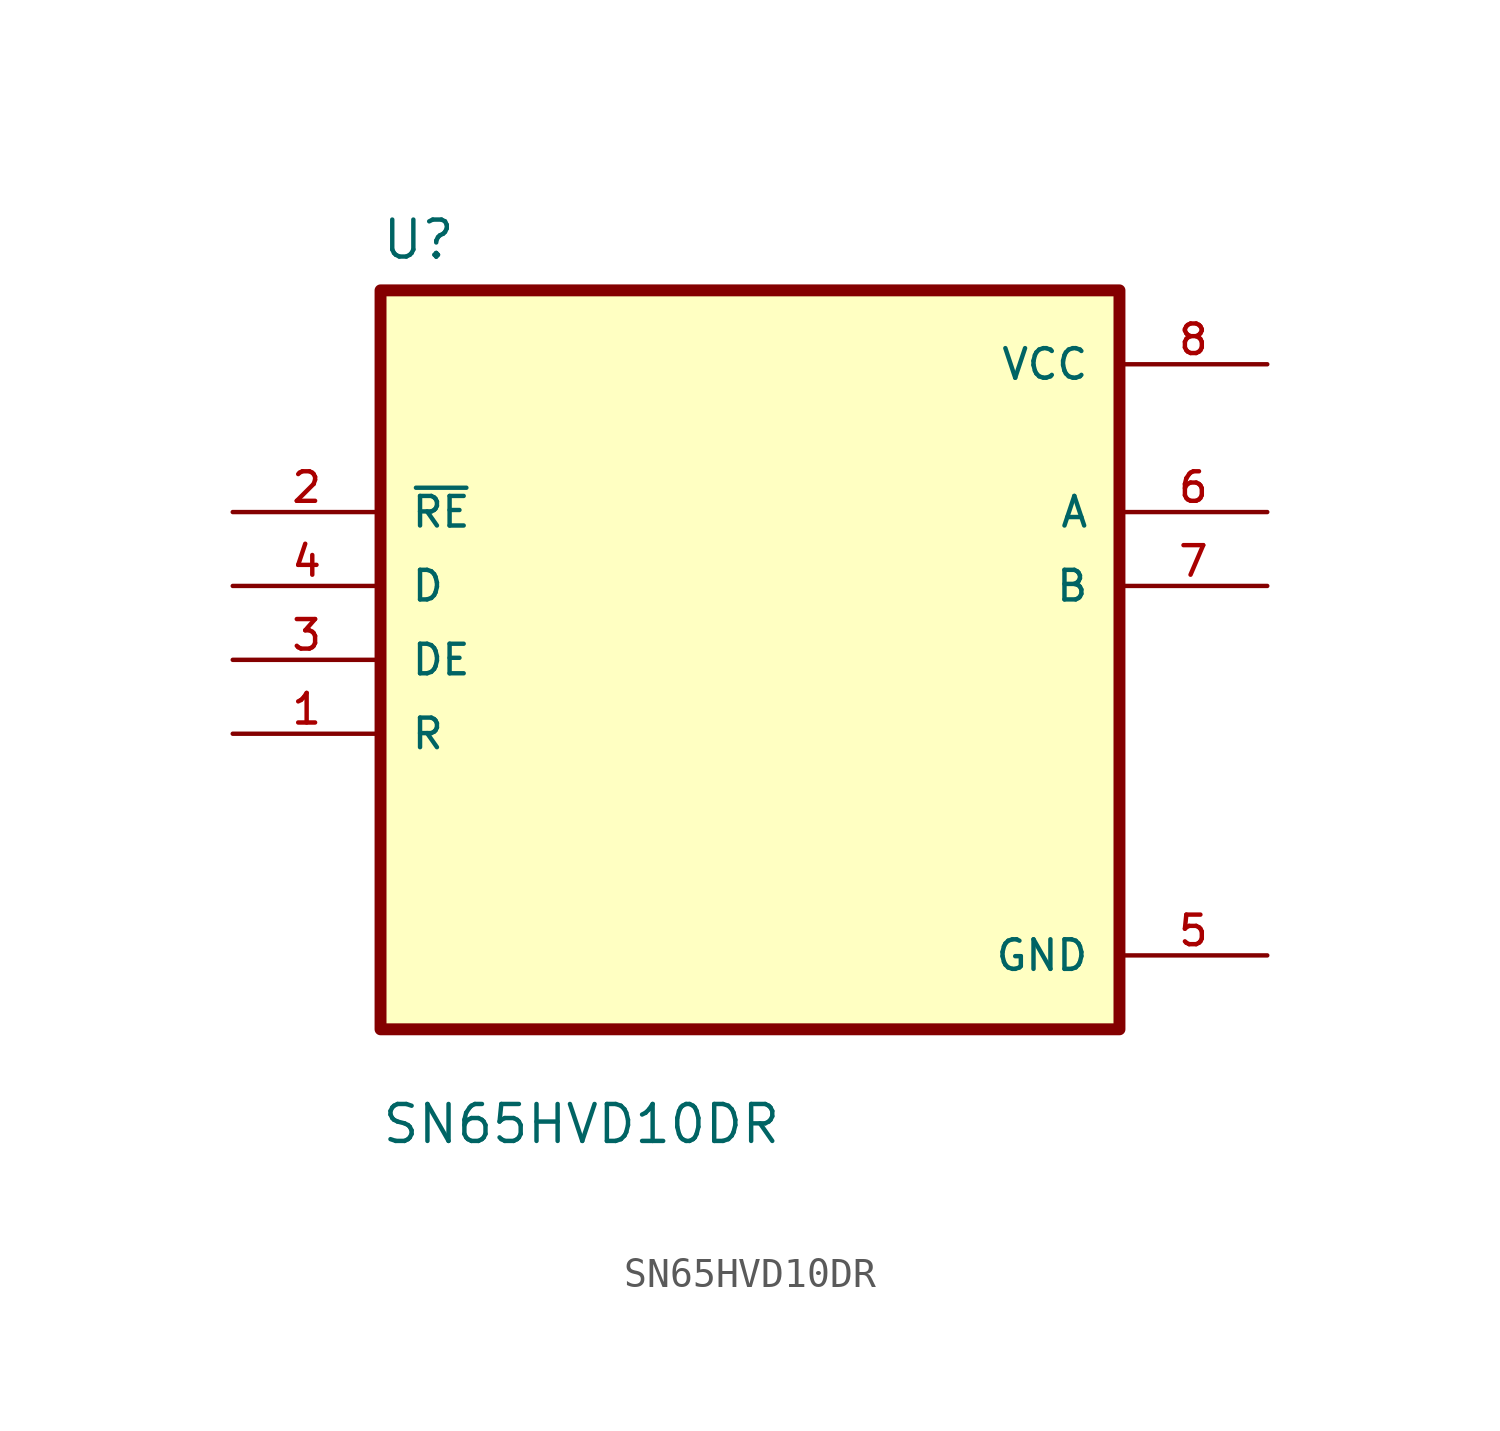
<source format=kicad_sym>
(kicad_symbol_lib
  (version 20211014)
  (generator kicad_symbol_editor)
  (symbol "SN65HVD10DR"
    (pin_names
      (offset 1.016))
    (property "Reference" "U"
      (at -12.7 13.7 0.0)
      (effects (font (size 1.27 1.27)) (justify bottom left)))
    (property "Value" "SN65HVD10DR"
      (at -12.7 -16.7 0.0)
      (effects (font (size 1.27 1.27)) (justify bottom left)))
    (symbol "SN65HVD10DR_0_0"
      (rectangle (start -12.7 -12.7) (end 12.7 12.7) (stroke (width 0.41)) (fill (type background)))
      (pin input line (at -17.78 5.08 0) (length 5.08) (name "~{RE}" (effects (font (size 1.016 1.016)))) (number "2" (effects (font (size 1.016 1.016)))))
      (pin input line (at -17.78 2.54 0) (length 5.08) (name "D" (effects (font (size 1.016 1.016)))) (number "4" (effects (font (size 1.016 1.016)))))
      (pin input line (at -17.78 -8.88178e-16 0) (length 5.08) (name "DE" (effects (font (size 1.016 1.016)))) (number "3" (effects (font (size 1.016 1.016)))))
      (pin input line (at -17.78 -2.54 0) (length 5.08) (name "R" (effects (font (size 1.016 1.016)))) (number "1" (effects (font (size 1.016 1.016)))))
      (pin power_in line (at 17.78 10.16 180.0) (length 5.08) (name "VCC" (effects (font (size 1.016 1.016)))) (number "8" (effects (font (size 1.016 1.016)))))
      (pin output line (at 17.78 5.08 180.0) (length 5.08) (name "A" (effects (font (size 1.016 1.016)))) (number "6" (effects (font (size 1.016 1.016)))))
      (pin output line (at 17.78 2.54 180.0) (length 5.08) (name "B" (effects (font (size 1.016 1.016)))) (number "7" (effects (font (size 1.016 1.016)))))
      (pin power_in line (at 17.78 -10.16 180.0) (length 5.08) (name "GND" (effects (font (size 1.016 1.016)))) (number "5" (effects (font (size 1.016 1.016))))))))
</source>
